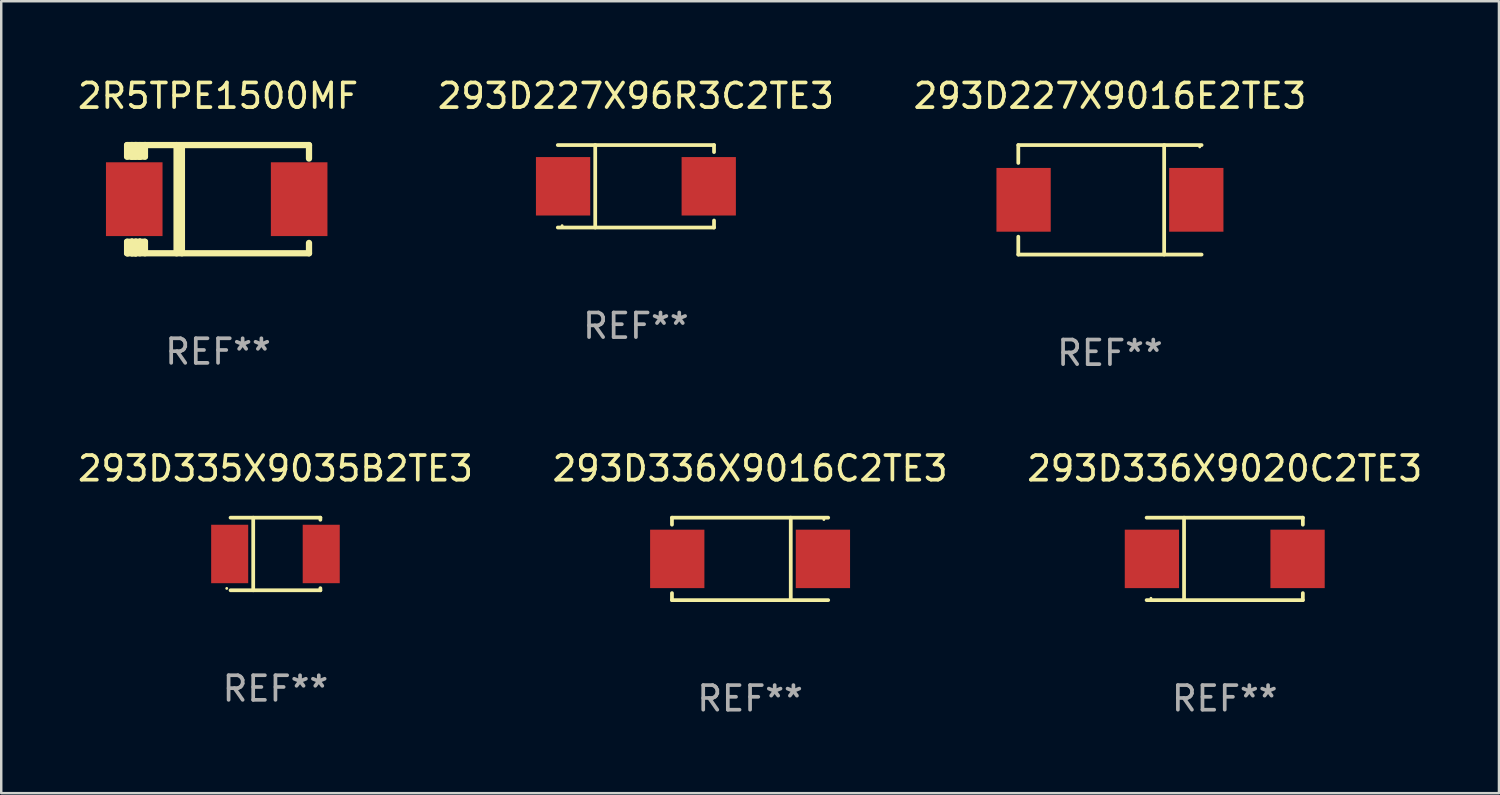
<source format=kicad_pcb>
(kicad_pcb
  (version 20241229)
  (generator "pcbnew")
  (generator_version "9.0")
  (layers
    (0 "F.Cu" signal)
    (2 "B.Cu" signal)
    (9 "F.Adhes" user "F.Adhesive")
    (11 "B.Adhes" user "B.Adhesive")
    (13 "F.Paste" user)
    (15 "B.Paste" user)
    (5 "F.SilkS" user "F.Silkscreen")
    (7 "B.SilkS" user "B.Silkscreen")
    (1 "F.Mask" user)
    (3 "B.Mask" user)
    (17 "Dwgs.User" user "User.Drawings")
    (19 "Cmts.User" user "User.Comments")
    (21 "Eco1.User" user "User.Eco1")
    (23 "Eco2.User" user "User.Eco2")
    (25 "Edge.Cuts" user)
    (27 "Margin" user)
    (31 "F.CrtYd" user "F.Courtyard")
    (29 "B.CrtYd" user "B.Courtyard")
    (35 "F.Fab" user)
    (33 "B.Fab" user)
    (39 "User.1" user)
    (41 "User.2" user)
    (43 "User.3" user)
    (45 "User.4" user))
  (footprint "293D336X9020C2TE3"
    (layer "F.Cu")
    (at 46.744 19.673)
    (property "Reference" "293D336X9020C2TE3" (at 0 -3.676 0) (layer "F.SilkS") (effects (font (size 1 1) (thickness 0.15))))
    (attr through_hole)
    (fp_line (start -1.654 1.676) (end -1.654 -1.676) (stroke (width 0.152) (type solid)) (layer "F.SilkS"))
    (fp_line (start 3.176 -1.676) (end -3.176 -1.676) (stroke (width 0.152) (type solid)) (layer "F.SilkS"))
    (fp_line (start 3.176 -1.676) (end 3.176 -1.391) (stroke (width 0.152) (type solid)) (layer "F.SilkS"))
    (fp_line (start 3.176 1.676) (end -3.176 1.676) (stroke (width 0.152) (type solid)) (layer "F.SilkS"))
    (fp_line (start 3.176 1.676) (end 3.176 1.391) (stroke (width 0.152) (type solid)) (layer "F.SilkS"))
    (fp_circle (center -3 1.6) (end -2.97 1.6) (stroke (width 0.06) (type solid)) (fill no) (layer "F.SilkS"))
    (fp_text user "REF**" (at 0 5.676 0) (layer "F.Fab") (effects (font (size 1 1) (thickness 0.15))))
    (pad "1" smd rect (at -2.961 -0.000051 180) (size 2.207 2.376) (layers "F.Cu" "F.Mask" "F.Paste"))
    (pad "2" smd rect (at 2.961 -0.000051 180) (size 2.207 2.376) (layers "F.Cu" "F.Mask" "F.Paste")))
  (footprint "293D336X9016C2TE3"
    (layer "F.Cu")
    (at 27.446 19.673)
    (property "Reference" "293D336X9016C2TE3" (at 0 -3.676 0) (layer "F.SilkS") (effects (font (size 1 1) (thickness 0.15))))
    (attr through_hole)
    (fp_line (start -3.176 -1.676) (end -3.176 -1.391) (stroke (width 0.152) (type solid)) (layer "F.SilkS"))
    (fp_line (start -3.176 -1.676) (end 3.176 -1.676) (stroke (width 0.152) (type solid)) (layer "F.SilkS"))
    (fp_line (start -3.176 1.676) (end -3.176 1.391) (stroke (width 0.152) (type solid)) (layer "F.SilkS"))
    (fp_line (start -3.176 1.676) (end 3.176 1.676) (stroke (width 0.152) (type solid)) (layer "F.SilkS"))
    (fp_line (start 1.654 -1.676) (end 1.654 1.676) (stroke (width 0.152) (type solid)) (layer "F.SilkS"))
    (fp_circle (center 3 -1.6) (end 3.03 -1.6) (stroke (width 0.06) (type solid)) (fill no) (layer "F.SilkS"))
    (fp_text user "REF**" (at 0 5.676 0) (layer "F.Fab") (effects (font (size 1 1) (thickness 0.15))))
    (pad "1" smd rect (at 2.961 0) (size 2.207 2.376) (layers "F.Cu" "F.Mask" "F.Paste"))
    (pad "2" smd rect (at -2.961 0) (size 2.207 2.376) (layers "F.Cu" "F.Mask" "F.Paste")))
  (footprint "293D227X9016E2TE3"
    (layer "F.Cu")
    (at 42.077 5.074)
    (property "Reference" "293D227X9016E2TE3" (at 0 -4.226 0) (layer "F.SilkS") (effects (font (size 1 1) (thickness 0.15))))
    (attr through_hole)
    (fp_line (start -3.726 -2.226) (end -3.726 -1.499) (stroke (width 0.152) (type solid)) (layer "F.SilkS"))
    (fp_line (start -3.726 -2.226) (end 3.726 -2.226) (stroke (width 0.152) (type solid)) (layer "F.SilkS"))
    (fp_line (start -3.726 2.226) (end -3.726 1.499) (stroke (width 0.152) (type solid)) (layer "F.SilkS"))
    (fp_line (start -3.726 2.226) (end 3.726 2.226) (stroke (width 0.152) (type solid)) (layer "F.SilkS"))
    (fp_line (start 2.204 -2.226) (end 2.204 2.226) (stroke (width 0.152) (type solid)) (layer "F.SilkS"))
    (fp_circle (center 3.65 -2.15) (end 3.68 -2.15) (stroke (width 0.06) (type solid)) (fill no) (layer "F.SilkS"))
    (fp_text user "REF**" (at 0 6.226 0) (layer "F.Fab") (effects (font (size 1 1) (thickness 0.15))))
    (pad "1" smd rect (at 3.511 0) (size 2.207 2.592) (layers "F.Cu" "F.Mask" "F.Paste"))
    (pad "2" smd rect (at -3.511 0) (size 2.207 2.592) (layers "F.Cu" "F.Mask" "F.Paste")))
  (footprint "2R5TPE1500MF"
    (layer "F.Cu")
    (at 5.815 5.048)
    (property "Reference" "2R5TPE1500MF" (at 0 -4.2 0) (layer "F.SilkS") (effects (font (size 1 1) (thickness 0.15))))
    (attr through_hole)
    (fp_line (start -3.698 -2.2) (end -3.502 -2.2) (stroke (width 0.254) (type solid)) (layer "F.SilkS"))
    (fp_line (start -3.698 -1.731) (end -3.698 -2.2) (stroke (width 0.254) (type solid)) (layer "F.SilkS"))
    (fp_line (start -3.698 -1.731) (end -3.502 -1.731) (stroke (width 0.254) (type solid)) (layer "F.SilkS"))
    (fp_line (start -3.698 1.731) (end -3.502 1.731) (stroke (width 0.254) (type solid)) (layer "F.SilkS"))
    (fp_line (start -3.698 2.2) (end -3.698 1.731) (stroke (width 0.254) (type solid)) (layer "F.SilkS"))
    (fp_line (start -3.66 2.2) (end -3.698 2.2) (stroke (width 0.254) (type solid)) (layer "F.SilkS"))
    (fp_line (start -3.66 2.2) (end -3.346 2.2) (stroke (width 0.254) (type solid)) (layer "F.SilkS"))
    (fp_line (start -3.502 -2.2) (end 3.698 -2.2) (stroke (width 0.254) (type solid)) (layer "F.SilkS"))
    (fp_line (start -3.502 -1.731) (end -3.502 -2.2) (stroke (width 0.254) (type solid)) (layer "F.SilkS"))
    (fp_line (start -3.502 1.731) (end -3.502 1.778) (stroke (width 0.254) (type solid)) (layer "F.SilkS"))
    (fp_line (start -3.502 1.731) (end -3.178 1.731) (stroke (width 0.254) (type solid)) (layer "F.SilkS"))
    (fp_line (start -3.502 1.778) (end -3.502 1.731) (stroke (width 0.254) (type solid)) (layer "F.SilkS"))
    (fp_line (start -3.502 2.2) (end -3.502 1.778) (stroke (width 0.254) (type solid)) (layer "F.SilkS"))
    (fp_line (start -3.502 2.2) (end 3.698 2.2) (stroke (width 0.254) (type solid)) (layer "F.SilkS"))
    (fp_line (start -3.367 -2.2) (end -3.367 -1.731) (stroke (width 0.254) (type solid)) (layer "F.SilkS"))
    (fp_line (start -3.346 1.731) (end -3.346 2.2) (stroke (width 0.254) (type solid)) (layer "F.SilkS"))
    (fp_line (start -3.346 2.2) (end -3.346 2.2) (stroke (width 0.254) (type solid)) (layer "F.SilkS"))
    (fp_line (start -3.332 1.731) (end -3.346 1.731) (stroke (width 0.254) (type solid)) (layer "F.SilkS"))
    (fp_line (start -3.303 -2.2) (end -3.367 -2.2) (stroke (width 0.254) (type solid)) (layer "F.SilkS"))
    (fp_line (start -3.179 -1.731) (end -3.179 -1.731) (stroke (width 0.254) (type solid)) (layer "F.SilkS"))
    (fp_line (start -3.179 1.731) (end -3.179 2.2) (stroke (width 0.254) (type solid)) (layer "F.SilkS"))
    (fp_line (start -3.178 -1.731) (end -3.502 -1.731) (stroke (width 0.254) (type solid)) (layer "F.SilkS"))
    (fp_line (start -3.178 -1.731) (end -3.179 -1.731) (stroke (width 0.254) (type solid)) (layer "F.SilkS"))
    (fp_line (start -3.178 -1.731) (end -3.178 -2.2) (stroke (width 0.254) (type solid)) (layer "F.SilkS"))
    (fp_line (start -3.178 1.731) (end -3.178 1.731) (stroke (width 0.254) (type solid)) (layer "F.SilkS"))
    (fp_line (start -2.972 -2.2) (end -2.972 -1.731) (stroke (width 0.254) (type solid)) (layer "F.SilkS"))
    (fp_line (start -2.972 -1.731) (end -3.502 -1.731) (stroke (width 0.254) (type solid)) (layer "F.SilkS"))
    (fp_line (start -2.972 1.731) (end -3.179 1.731) (stroke (width 0.254) (type solid)) (layer "F.SilkS"))
    (fp_line (start -2.972 1.731) (end -2.972 2.2) (stroke (width 0.254) (type solid)) (layer "F.SilkS"))
    (fp_line (start -2.957 -2.2) (end -2.972 -2.2) (stroke (width 0.254) (type solid)) (layer "F.SilkS"))
    (fp_line (start -1.686 -2.2) (end -1.686 2.2) (stroke (width 0.254) (type solid)) (layer "F.SilkS"))
    (fp_line (start -1.469 -2.159) (end -1.469 2.2) (stroke (width 0.254) (type solid)) (layer "F.SilkS"))
    (fp_line (start -1.452 -2.159) (end -1.469 -2.159) (stroke (width 0.254) (type solid)) (layer "F.SilkS"))
    (fp_line (start 3.698 -2.2) (end 3.698 -1.651) (stroke (width 0.254) (type solid)) (layer "F.SilkS"))
    (fp_line (start 3.698 2.2) (end 3.698 1.778) (stroke (width 0.254) (type solid)) (layer "F.SilkS"))
    (fp_circle (center -3.552 2.15) (end -3.522 2.15) (stroke (width 0.06) (type solid)) (fill no) (layer "F.SilkS"))
    (fp_text user "REF**" (at 0 6.2 0) (layer "F.Fab") (effects (font (size 1 1) (thickness 0.15))))
    (pad "1" smd rect (at -3.407 0) (size 2.3 3) (layers "F.Cu" "F.Mask" "F.Paste"))
    (pad "2" smd rect (at 3.298 0) (size 2.3 3) (layers "F.Cu" "F.Mask" "F.Paste")))
  (footprint "293D335X9035B2TE3"
    (layer "F.Cu")
    (at 8.149 19.473)
    (property "Reference" "293D335X9035B2TE3" (at 0 -3.476 0) (layer "F.SilkS") (effects (font (size 1 1) (thickness 0.15))))
    (attr through_hole)
    (fp_line (start -0.904 1.476) (end -0.904 -1.476) (stroke (width 0.152) (type solid)) (layer "F.SilkS"))
    (fp_line (start 1.826 -1.476) (end -1.826 -1.476) (stroke (width 0.152) (type solid)) (layer "F.SilkS"))
    (fp_line (start 1.826 -1.476) (end 1.826 -1.391) (stroke (width 0.152) (type solid)) (layer "F.SilkS"))
    (fp_line (start 1.826 1.476) (end -1.826 1.476) (stroke (width 0.152) (type solid)) (layer "F.SilkS"))
    (fp_line (start 1.826 1.476) (end 1.826 1.391) (stroke (width 0.152) (type solid)) (layer "F.SilkS"))
    (fp_circle (center -1.98 1.4) (end -1.95 1.4) (stroke (width 0.06) (type solid)) (fill no) (layer "F.SilkS"))
    (fp_text user "REF**" (at 0 5.476 0) (layer "F.Fab") (effects (font (size 1 1) (thickness 0.15))))
    (pad "1" smd rect (at -1.861 0 180) (size 1.506 2.376) (layers "F.Cu" "F.Mask" "F.Paste"))
    (pad "2" smd rect (at 1.861 0 180) (size 1.506 2.376) (layers "F.Cu" "F.Mask" "F.Paste")))
  (footprint "293D227X96R3C2TE3"
    (layer "F.Cu")
    (at 22.804 4.524)
    (property "Reference" "293D227X96R3C2TE3" (at 0 -3.676 0) (layer "F.SilkS") (effects (font (size 1 1) (thickness 0.15))))
    (attr through_hole)
    (fp_line (start -1.654 1.676) (end -1.654 -1.676) (stroke (width 0.152) (type solid)) (layer "F.SilkS"))
    (fp_line (start 3.176 -1.676) (end -3.176 -1.676) (stroke (width 0.152) (type solid)) (layer "F.SilkS"))
    (fp_line (start 3.176 -1.676) (end 3.176 -1.391) (stroke (width 0.152) (type solid)) (layer "F.SilkS"))
    (fp_line (start 3.176 1.676) (end -3.176 1.676) (stroke (width 0.152) (type solid)) (layer "F.SilkS"))
    (fp_line (start 3.176 1.676) (end 3.176 1.391) (stroke (width 0.152) (type solid)) (layer "F.SilkS"))
    (fp_circle (center -3 1.6) (end -2.97 1.6) (stroke (width 0.06) (type solid)) (fill no) (layer "F.SilkS"))
    (fp_text user "REF**" (at 0 5.676 0) (layer "F.Fab") (effects (font (size 1 1) (thickness 0.15))))
    (pad "1" smd rect (at -2.961 -0.000051 180) (size 2.207 2.376) (layers "F.Cu" "F.Mask" "F.Paste"))
    (pad "2" smd rect (at 2.961 -0.000051 180) (size 2.207 2.376) (layers "F.Cu" "F.Mask" "F.Paste")))
  (gr_rect
    (start -3 -3)
    (end 57.893 29.198)
    (stroke (width 0.1) (type default))
    (fill no)
    (layer "Edge.Cuts")))
</source>
